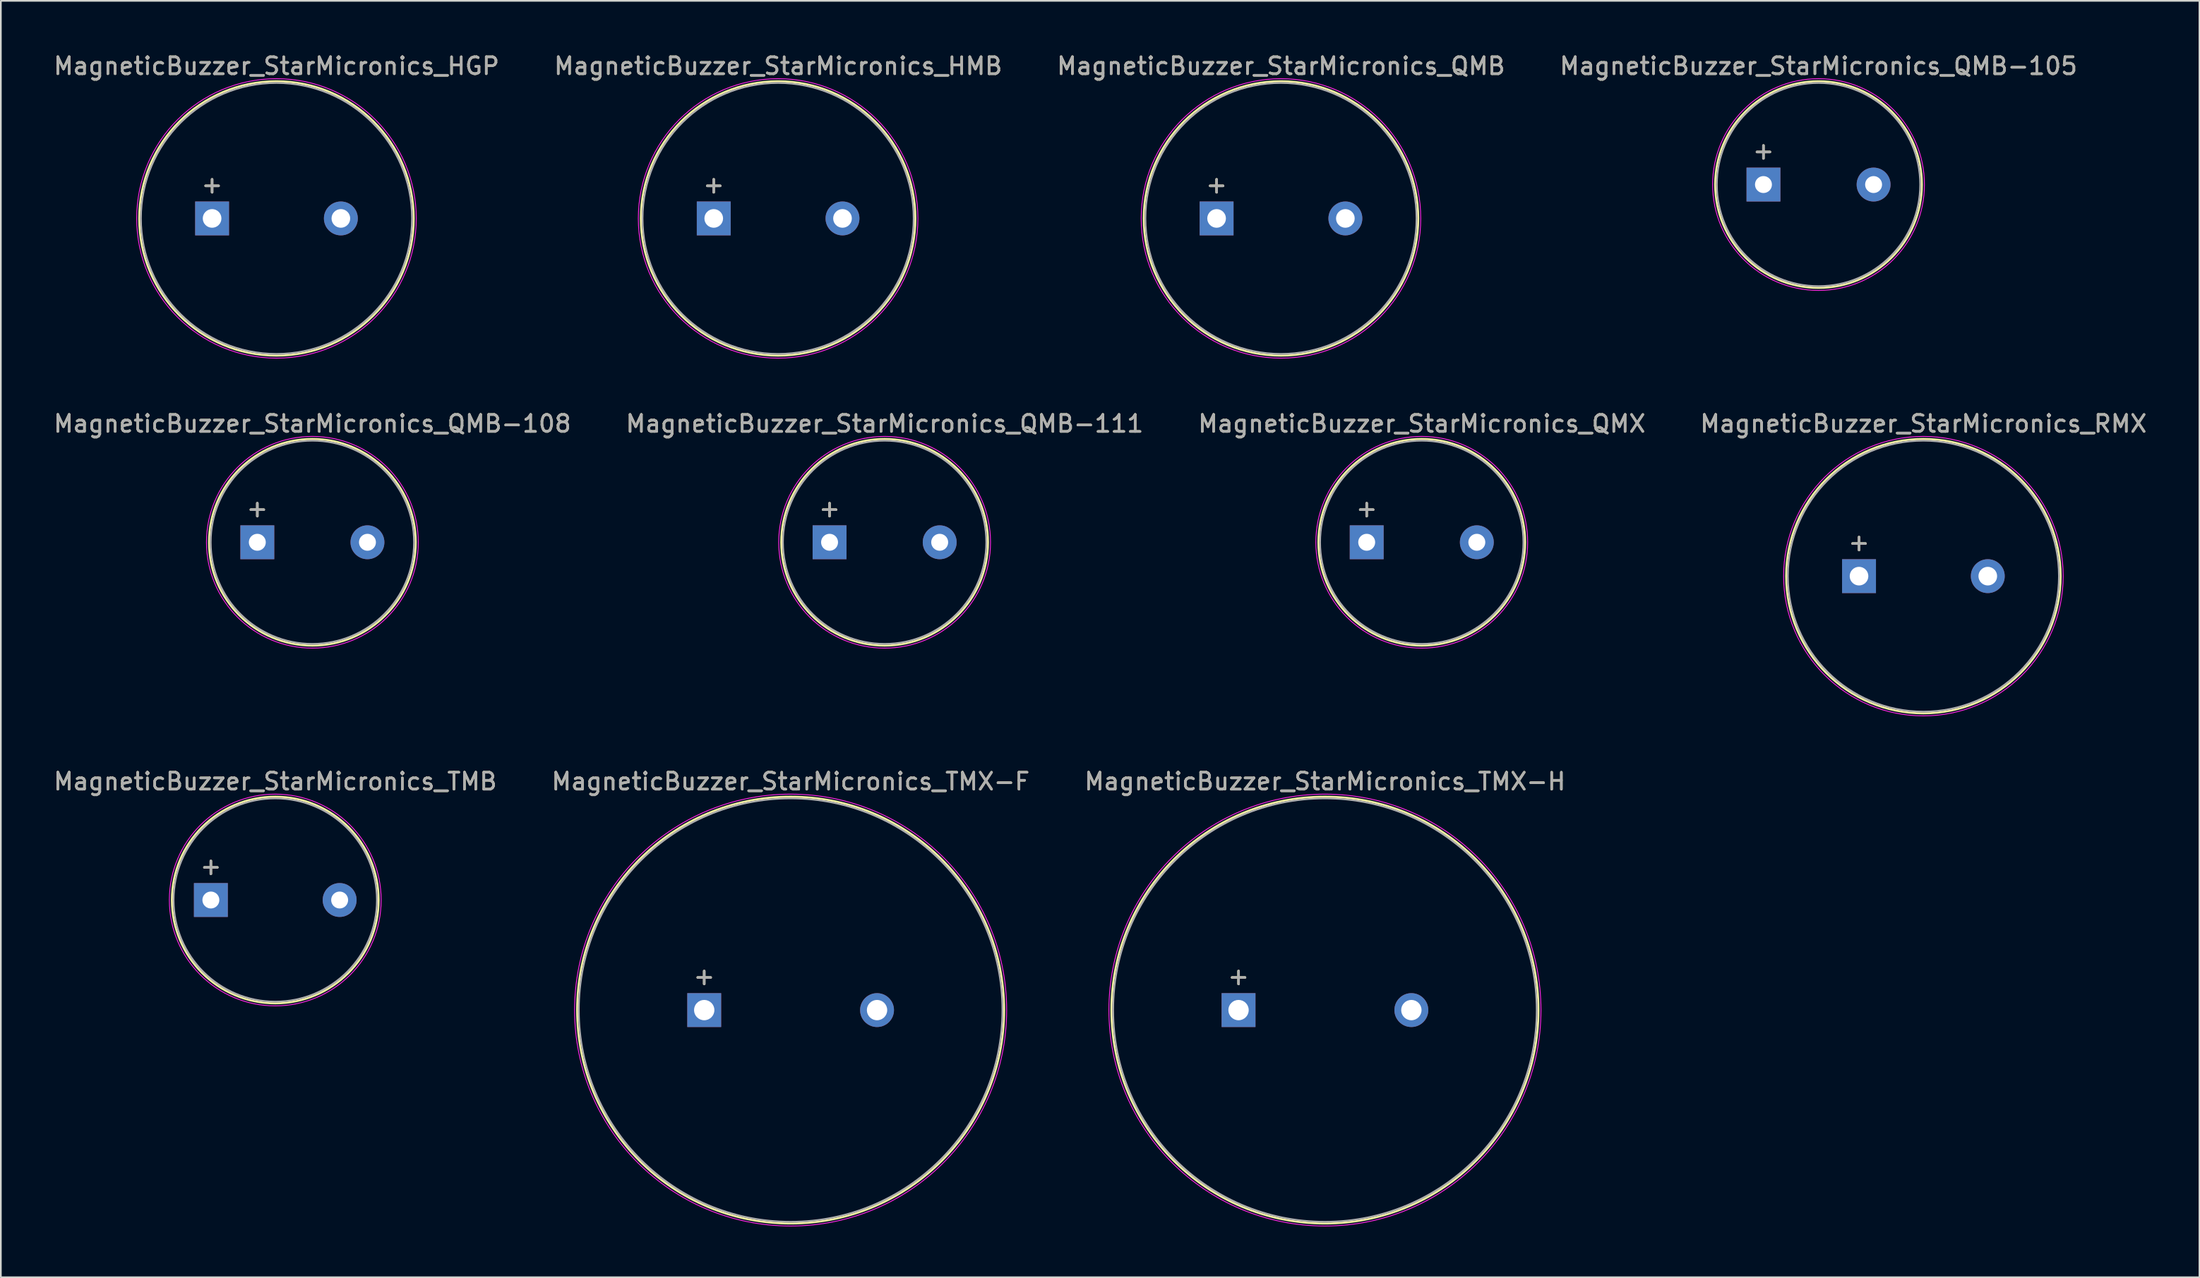
<source format=kicad_pcb>
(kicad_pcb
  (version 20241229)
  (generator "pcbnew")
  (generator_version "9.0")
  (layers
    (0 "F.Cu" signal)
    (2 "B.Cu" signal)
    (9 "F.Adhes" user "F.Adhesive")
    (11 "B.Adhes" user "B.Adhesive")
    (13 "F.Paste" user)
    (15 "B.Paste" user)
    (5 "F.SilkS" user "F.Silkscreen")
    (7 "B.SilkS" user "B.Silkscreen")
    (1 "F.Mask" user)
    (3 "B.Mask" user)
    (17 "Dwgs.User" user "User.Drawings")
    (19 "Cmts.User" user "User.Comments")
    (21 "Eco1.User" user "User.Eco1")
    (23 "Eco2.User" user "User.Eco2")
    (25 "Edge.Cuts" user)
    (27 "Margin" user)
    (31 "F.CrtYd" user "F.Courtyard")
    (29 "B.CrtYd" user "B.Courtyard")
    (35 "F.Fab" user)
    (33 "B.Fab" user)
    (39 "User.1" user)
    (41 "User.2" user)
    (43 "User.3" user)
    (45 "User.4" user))
  (footprint "MagneticBuzzer_StarMicronics_RMX"
    (layer "F.Cu")
    (at 106.67 30.971)
    (property "Reference" "MagneticBuzzer_StarMicronics_RMX" (at 3.8 -9 0) (layer "F.SilkS") (effects (font (size 1 1) (thickness 0.15))))
    (attr through_hole)
    (fp_circle (center 3.8 0) (end 11.9 0) (stroke (width 0.12) (type solid)) (fill no) (layer "F.SilkS"))
    (fp_circle (center 3.8 0) (end 12.05 0) (stroke (width 0.05) (type solid)) (fill no) (layer "F.CrtYd"))
    (fp_circle (center 3.8 0) (end 11.8 0) (stroke (width 0.1) (type solid)) (fill no) (layer "F.Fab"))
    (fp_text user "+" (at 0 -2 0) (layer "F.SilkS") (effects (font (size 1 1) (thickness 0.15))))
    (fp_text user "${REFERENCE}" (at 3.8 -9 0) (layer "F.Fab") (effects (font (size 1 1) (thickness 0.15))))
    (fp_text user "+" (at 0 -2 0) (layer "F.Fab") (effects (font (size 1 1) (thickness 0.15))))
    (pad "1" thru_hole rect (at 0 0) (size 2 2) (drill 1.1) (layers "*.Cu" "*.Mask"))
    (pad "2" thru_hole circle (at 7.6 0) (size 2 2) (drill 1.1) (layers "*.Cu" "*.Mask")))
  (footprint "MagneticBuzzer_StarMicronics_TMX-H"
    (layer "F.Cu")
    (at 70.049 56.595)
    (property "Reference" "MagneticBuzzer_StarMicronics_TMX-H" (at 5.1 -13.5 0) (layer "F.SilkS") (effects (font (size 1 1) (thickness 0.15))))
    (attr through_hole)
    (fp_circle (center 5.1 0) (end 17.7 0) (stroke (width 0.12) (type solid)) (fill no) (layer "F.SilkS"))
    (fp_circle (center 5.1 0) (end 17.85 0) (stroke (width 0.05) (type solid)) (fill no) (layer "F.CrtYd"))
    (fp_circle (center 5.1 0) (end 17.6 0) (stroke (width 0.1) (type solid)) (fill no) (layer "F.Fab"))
    (fp_text user "+" (at 0 -2 0) (layer "F.SilkS") (effects (font (size 1 1) (thickness 0.15))))
    (fp_text user "+" (at 0 -2 0) (layer "F.Fab") (effects (font (size 1 1) (thickness 0.15))))
    (fp_text user "${REFERENCE}" (at 5.1 -13.5 0) (layer "F.Fab") (effects (font (size 1 1) (thickness 0.15))))
    (pad "1" thru_hole rect (at 0 0) (size 2 2) (drill 1.2) (layers "*.Cu" "*.Mask"))
    (pad "2" thru_hole circle (at 10.2 0) (size 2 2) (drill 1.2) (layers "*.Cu" "*.Mask")))
  (footprint "MagneticBuzzer_StarMicronics_QMB-108"
    (layer "F.Cu")
    (at 12.137 28.971)
    (property "Reference" "MagneticBuzzer_StarMicronics_QMB-108" (at 3.25 -7 0) (layer "F.SilkS") (effects (font (size 1 1) (thickness 0.15))))
    (attr through_hole)
    (fp_circle (center 3.25 0) (end 9.35 0) (stroke (width 0.12) (type solid)) (fill no) (layer "F.SilkS"))
    (fp_circle (center 3.25 0) (end 9.5 0) (stroke (width 0.05) (type solid)) (fill no) (layer "F.CrtYd"))
    (fp_circle (center 3.25 0) (end 9.25 0) (stroke (width 0.1) (type solid)) (fill no) (layer "F.Fab"))
    (fp_text user "+" (at 0 -2 0) (layer "F.SilkS") (effects (font (size 1 1) (thickness 0.15))))
    (fp_text user "${REFERENCE}" (at 3.25 -7 0) (layer "F.Fab") (effects (font (size 1 1) (thickness 0.15))))
    (fp_text user "+" (at 0 -2 0) (layer "F.Fab") (effects (font (size 1 1) (thickness 0.15))))
    (pad "1" thru_hole rect (at 0 0) (size 2 2) (drill 1) (layers "*.Cu" "*.Mask"))
    (pad "2" thru_hole circle (at 6.5 0) (size 2 2) (drill 1) (layers "*.Cu" "*.Mask")))
  (footprint "MagneticBuzzer_StarMicronics_QMB"
    (layer "F.Cu")
    (at 68.754 9.848)
    (property "Reference" "MagneticBuzzer_StarMicronics_QMB" (at 3.8 -9 0) (layer "F.SilkS") (effects (font (size 1 1) (thickness 0.15))))
    (attr through_hole)
    (fp_circle (center 3.8 0) (end 11.9 0) (stroke (width 0.12) (type solid)) (fill no) (layer "F.SilkS"))
    (fp_circle (center 3.8 0) (end 12.05 0) (stroke (width 0.05) (type solid)) (fill no) (layer "F.CrtYd"))
    (fp_circle (center 3.8 0) (end 11.8 0) (stroke (width 0.1) (type solid)) (fill no) (layer "F.Fab"))
    (fp_text user "+" (at 0 -2 0) (layer "F.SilkS") (effects (font (size 1 1) (thickness 0.15))))
    (fp_text user "+" (at 0 -2 0) (layer "F.Fab") (effects (font (size 1 1) (thickness 0.15))))
    (fp_text user "${REFERENCE}" (at 3.8 -9 0) (layer "F.Fab") (effects (font (size 1 1) (thickness 0.15))))
    (pad "1" thru_hole rect (at 0 0) (size 2 2) (drill 1.1) (layers "*.Cu" "*.Mask"))
    (pad "2" thru_hole circle (at 7.6 0) (size 2 2) (drill 1.1) (layers "*.Cu" "*.Mask")))
  (footprint "MagneticBuzzer_StarMicronics_TMB"
    (layer "F.Cu")
    (at 9.396 50.095)
    (property "Reference" "MagneticBuzzer_StarMicronics_TMB" (at 3.8 -7 0) (layer "F.SilkS") (effects (font (size 1 1) (thickness 0.15))))
    (attr through_hole)
    (fp_circle (center 3.8 0) (end 9.9 0) (stroke (width 0.12) (type solid)) (fill no) (layer "F.SilkS"))
    (fp_circle (center 3.8 0) (end 10.05 0) (stroke (width 0.05) (type solid)) (fill no) (layer "F.CrtYd"))
    (fp_circle (center 3.8 0) (end 9.8 0) (stroke (width 0.1) (type solid)) (fill no) (layer "F.Fab"))
    (fp_text user "+" (at 0 -2 0) (layer "F.SilkS") (effects (font (size 1 1) (thickness 0.15))))
    (fp_text user "+" (at 0 -2 0) (layer "F.Fab") (effects (font (size 1 1) (thickness 0.15))))
    (fp_text user "${REFERENCE}" (at 3.8 -7 0) (layer "F.Fab") (effects (font (size 1 1) (thickness 0.15))))
    (pad "1" thru_hole rect (at 0 0) (size 2 2) (drill 1) (layers "*.Cu" "*.Mask"))
    (pad "2" thru_hole circle (at 7.6 0) (size 2 2) (drill 1) (layers "*.Cu" "*.Mask")))
  (footprint "MagneticBuzzer_StarMicronics_QMB-105"
    (layer "F.Cu")
    (at 101.03 7.848)
    (property "Reference" "MagneticBuzzer_StarMicronics_QMB-105" (at 3.25 -7 0) (layer "F.SilkS") (effects (font (size 1 1) (thickness 0.15))))
    (attr through_hole)
    (fp_circle (center 3.25 0) (end 9.35 0) (stroke (width 0.12) (type solid)) (fill no) (layer "F.SilkS"))
    (fp_circle (center 3.25 0) (end 9.5 0) (stroke (width 0.05) (type solid)) (fill no) (layer "F.CrtYd"))
    (fp_circle (center 3.25 0) (end 9.25 0) (stroke (width 0.1) (type solid)) (fill no) (layer "F.Fab"))
    (fp_text user "+" (at 0 -2 0) (layer "F.SilkS") (effects (font (size 1 1) (thickness 0.15))))
    (fp_text user "+" (at 0 -2 0) (layer "F.Fab") (effects (font (size 1 1) (thickness 0.15))))
    (fp_text user "${REFERENCE}" (at 3.25 -7 0) (layer "F.Fab") (effects (font (size 1 1) (thickness 0.15))))
    (pad "1" thru_hole rect (at 0 0) (size 2 2) (drill 1) (layers "*.Cu" "*.Mask"))
    (pad "2" thru_hole circle (at 6.5 0) (size 2 2) (drill 1) (layers "*.Cu" "*.Mask")))
  (footprint "MagneticBuzzer_StarMicronics_TMX-F"
    (layer "F.Cu")
    (at 38.513 56.595)
    (property "Reference" "MagneticBuzzer_StarMicronics_TMX-F" (at 5.1 -13.5 0) (layer "F.SilkS") (effects (font (size 1 1) (thickness 0.15))))
    (attr through_hole)
    (fp_circle (center 5.1 0) (end 17.7 0) (stroke (width 0.12) (type solid)) (fill no) (layer "F.SilkS"))
    (fp_circle (center 5.1 0) (end 17.85 0) (stroke (width 0.05) (type solid)) (fill no) (layer "F.CrtYd"))
    (fp_circle (center 5.1 0) (end 17.6 0) (stroke (width 0.1) (type solid)) (fill no) (layer "F.Fab"))
    (fp_text user "+" (at 0 -2 0) (layer "F.SilkS") (effects (font (size 1 1) (thickness 0.15))))
    (fp_text user "+" (at 0 -2 0) (layer "F.Fab") (effects (font (size 1 1) (thickness 0.15))))
    (fp_text user "${REFERENCE}" (at 5.1 -13.5 0) (layer "F.Fab") (effects (font (size 1 1) (thickness 0.15))))
    (pad "1" thru_hole rect (at 0 0) (size 2 2) (drill 1.2) (layers "*.Cu" "*.Mask"))
    (pad "2" thru_hole circle (at 10.2 0) (size 2 2) (drill 1.2) (layers "*.Cu" "*.Mask")))
  (footprint "MagneticBuzzer_StarMicronics_HMB"
    (layer "F.Cu")
    (at 39.075 9.848)
    (property "Reference" "MagneticBuzzer_StarMicronics_HMB" (at 3.8 -9 0) (layer "F.SilkS") (effects (font (size 1 1) (thickness 0.15))))
    (attr through_hole)
    (fp_circle (center 3.8 0) (end 11.9 0) (stroke (width 0.12) (type solid)) (fill no) (layer "F.SilkS"))
    (fp_circle (center 3.8 0) (end 12.05 0) (stroke (width 0.05) (type solid)) (fill no) (layer "F.CrtYd"))
    (fp_circle (center 3.8 0) (end 11.8 0) (stroke (width 0.1) (type solid)) (fill no) (layer "F.Fab"))
    (fp_text user "+" (at 0 -2 0) (layer "F.SilkS") (effects (font (size 1 1) (thickness 0.15))))
    (fp_text user "${REFERENCE}" (at 3.8 -9 0) (layer "F.Fab") (effects (font (size 1 1) (thickness 0.15))))
    (fp_text user "+" (at 0 -2 0) (layer "F.Fab") (effects (font (size 1 1) (thickness 0.15))))
    (pad "1" thru_hole rect (at 0 0) (size 2 2) (drill 1.1) (layers "*.Cu" "*.Mask"))
    (pad "2" thru_hole circle (at 7.6 0) (size 2 2) (drill 1.1) (layers "*.Cu" "*.Mask")))
  (footprint "MagneticBuzzer_StarMicronics_QMB-111"
    (layer "F.Cu")
    (at 45.911 28.971)
    (property "Reference" "MagneticBuzzer_StarMicronics_QMB-111" (at 3.25 -7 0) (layer "F.SilkS") (effects (font (size 1 1) (thickness 0.15))))
    (attr through_hole)
    (fp_circle (center 3.25 0) (end 9.35 0) (stroke (width 0.12) (type solid)) (fill no) (layer "F.SilkS"))
    (fp_circle (center 3.25 0) (end 9.5 0) (stroke (width 0.05) (type solid)) (fill no) (layer "F.CrtYd"))
    (fp_circle (center 3.25 0) (end 9.25 0) (stroke (width 0.1) (type solid)) (fill no) (layer "F.Fab"))
    (fp_text user "+" (at 0 -2 0) (layer "F.SilkS") (effects (font (size 1 1) (thickness 0.15))))
    (fp_text user "+" (at 0 -2 0) (layer "F.Fab") (effects (font (size 1 1) (thickness 0.15))))
    (fp_text user "${REFERENCE}" (at 3.25 -7 0) (layer "F.Fab") (effects (font (size 1 1) (thickness 0.15))))
    (pad "1" thru_hole rect (at 0 0) (size 2 2) (drill 1) (layers "*.Cu" "*.Mask"))
    (pad "2" thru_hole circle (at 6.5 0) (size 2 2) (drill 1) (layers "*.Cu" "*.Mask")))
  (footprint "MagneticBuzzer_StarMicronics_QMX"
    (layer "F.Cu")
    (at 77.613 28.971)
    (property "Reference" "MagneticBuzzer_StarMicronics_QMX" (at 3.25 -7 0) (layer "F.SilkS") (effects (font (size 1 1) (thickness 0.15))))
    (attr through_hole)
    (fp_circle (center 3.25 0) (end 9.35 0) (stroke (width 0.12) (type solid)) (fill no) (layer "F.SilkS"))
    (fp_circle (center 3.25 0) (end 9.5 0) (stroke (width 0.05) (type solid)) (fill no) (layer "F.CrtYd"))
    (fp_circle (center 3.25 0) (end 9.25 0) (stroke (width 0.1) (type solid)) (fill no) (layer "F.Fab"))
    (fp_text user "+" (at 0 -2 0) (layer "F.SilkS") (effects (font (size 1 1) (thickness 0.15))))
    (fp_text user "+" (at 0 -2 0) (layer "F.Fab") (effects (font (size 1 1) (thickness 0.15))))
    (fp_text user "${REFERENCE}" (at 3.25 -7 0) (layer "F.Fab") (effects (font (size 1 1) (thickness 0.15))))
    (pad "1" thru_hole rect (at 0 0) (size 2 2) (drill 1) (layers "*.Cu" "*.Mask"))
    (pad "2" thru_hole circle (at 6.5 0) (size 2 2) (drill 1) (layers "*.Cu" "*.Mask")))
  (footprint "MagneticBuzzer_StarMicronics_HGP"
    (layer "F.Cu")
    (at 9.468 9.848)
    (property "Reference" "MagneticBuzzer_StarMicronics_HGP" (at 3.8 -9 0) (layer "F.SilkS") (effects (font (size 1 1) (thickness 0.15))))
    (attr through_hole)
    (fp_circle (center 3.8 0) (end 11.9 0) (stroke (width 0.12) (type solid)) (fill no) (layer "F.SilkS"))
    (fp_circle (center 3.8 0) (end 12.05 0) (stroke (width 0.05) (type solid)) (fill no) (layer "F.CrtYd"))
    (fp_circle (center 3.8 0) (end 11.8 0) (stroke (width 0.1) (type solid)) (fill no) (layer "F.Fab"))
    (fp_text user "+" (at 0 -2 0) (layer "F.SilkS") (effects (font (size 1 1) (thickness 0.15))))
    (fp_text user "+" (at 0 -2 0) (layer "F.Fab") (effects (font (size 1 1) (thickness 0.15))))
    (fp_text user "${REFERENCE}" (at 3.8 -9 0) (layer "F.Fab") (effects (font (size 1 1) (thickness 0.15))))
    (pad "1" thru_hole rect (at 0 0) (size 2 2) (drill 1.1) (layers "*.Cu" "*.Mask"))
    (pad "2" thru_hole circle (at 7.6 0) (size 2 2) (drill 1.1) (layers "*.Cu" "*.Mask")))
  (gr_rect
    (start -3 -3)
    (end 126.762 72.37)
    (stroke (width 0.1) (type default))
    (fill no)
    (layer "Edge.Cuts")))
</source>
